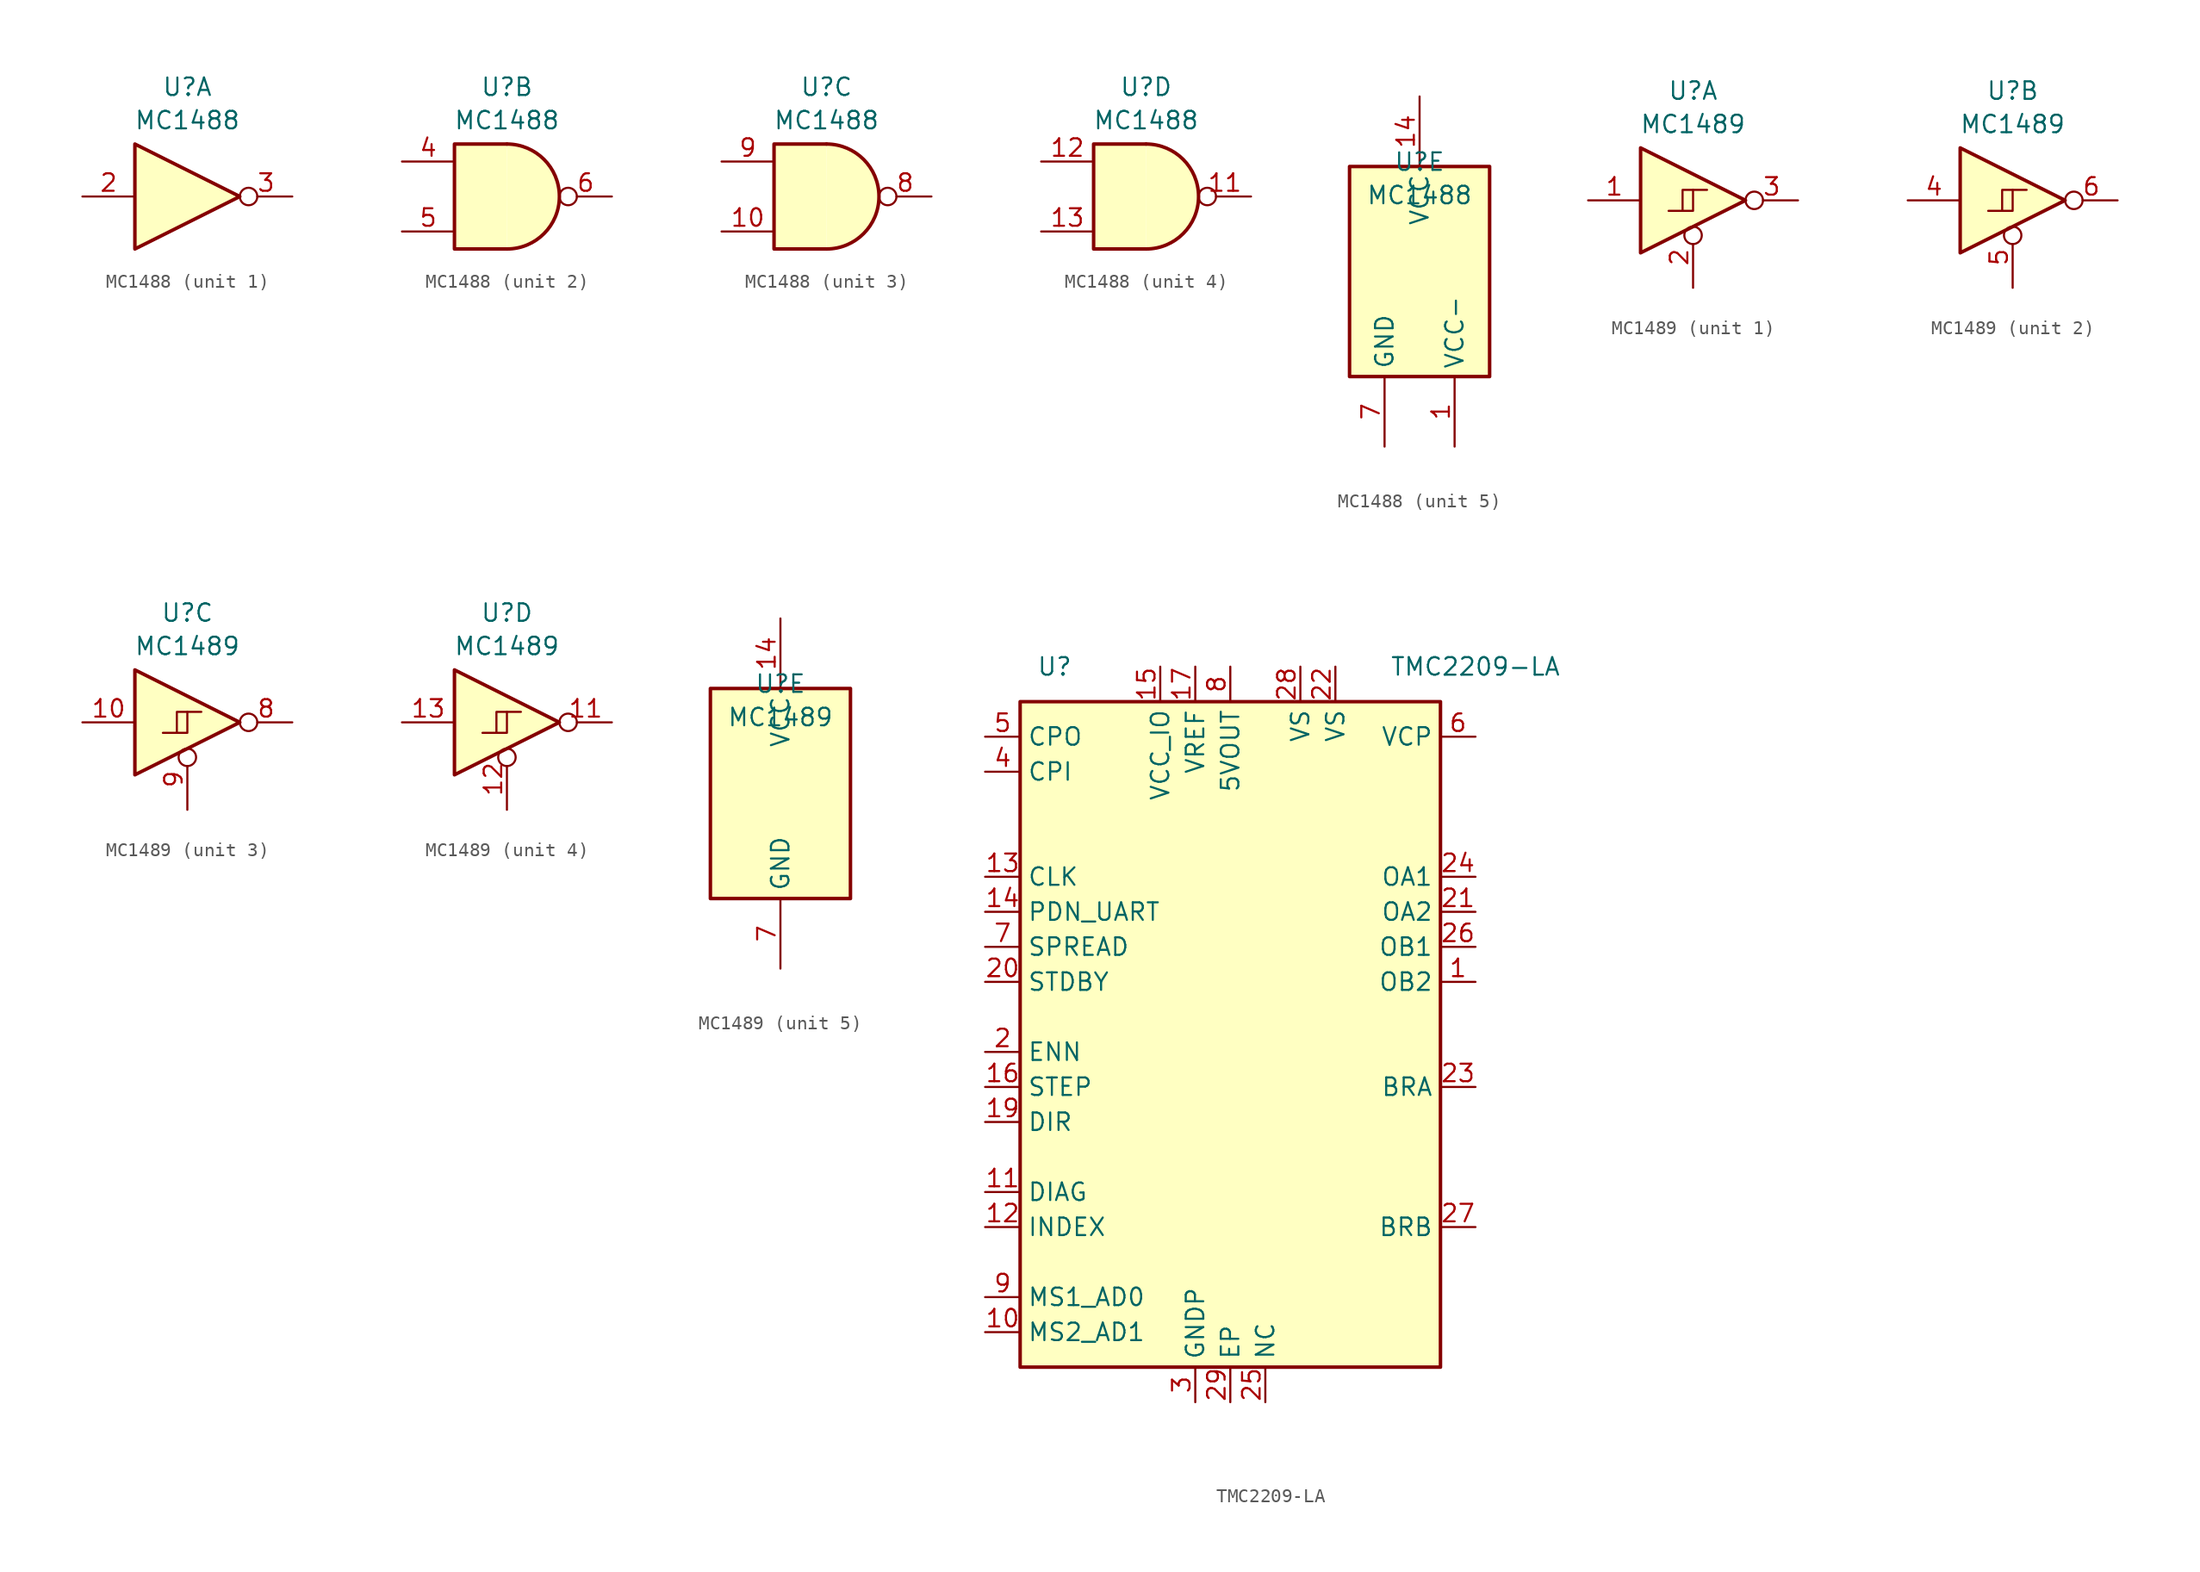
<source format=kicad_sym>
(kicad_symbol_lib
  (version 20231120)
  (generator "kicad_symbol_editor")
  (generator_version "8.0")
  (symbol "MC1488"
    (property "Reference" "U"
      (at 0 7.954 0)
      (effects (font (size 1.27 1.27))))
    (property "Value" "MC1488"
      (at 0 5.53 0)
      (effects (font (size 1.27 1.27))))
    (property "ki_locked" ""
      (at 0 0 0)
      (effects (font (size 1.27 1.27))))
    (symbol "MC1488_1_0"
      (polyline (pts (xy -3.81 3.81) (xy -3.81 -3.81) (xy 3.81 0) (xy -3.81 3.81)) (stroke (width 0.254) (type default)) (fill (type background)))
      (pin input line (at -7.62 0 0) (length 3.81) (name "~" (effects (font (size 1.27 1.27)))) (number "2" (effects (font (size 1.27 1.27)))))
      (pin output inverted (at 7.62 0 180) (length 3.81) (name "~" (effects (font (size 1.27 1.27)))) (number "3" (effects (font (size 1.27 1.27))))))
    (symbol "MC1488_2_1"
      (arc (start 0 -3.81) (mid 3.7934 0) (end 0 3.81) (stroke (width 0.254) (type default)) (fill (type background)))
      (polyline (pts (xy 0 3.81) (xy -3.81 3.81) (xy -3.81 -3.81) (xy 0 -3.81)) (stroke (width 0.254) (type default)) (fill (type background)))
      (pin input line (at -7.62 2.54 0) (length 3.81) (name "~" (effects (font (size 1.27 1.27)))) (number "4" (effects (font (size 1.27 1.27)))))
      (pin input line (at -7.62 -2.54 0) (length 3.81) (name "~" (effects (font (size 1.27 1.27)))) (number "5" (effects (font (size 1.27 1.27)))))
      (pin output inverted (at 7.62 0 180) (length 3.81) (name "~" (effects (font (size 1.27 1.27)))) (number "6" (effects (font (size 1.27 1.27))))))
    (symbol "MC1488_3_1"
      (arc (start 0 -3.81) (mid 3.7934 0) (end 0 3.81) (stroke (width 0.254) (type default)) (fill (type background)))
      (polyline (pts (xy 0 3.81) (xy -3.81 3.81) (xy -3.81 -3.81) (xy 0 -3.81)) (stroke (width 0.254) (type default)) (fill (type background)))
      (pin input line (at -7.62 -2.54 0) (length 3.81) (name "~" (effects (font (size 1.27 1.27)))) (number "10" (effects (font (size 1.27 1.27)))))
      (pin output inverted (at 7.62 0 180) (length 3.81) (name "~" (effects (font (size 1.27 1.27)))) (number "8" (effects (font (size 1.27 1.27)))))
      (pin input line (at -7.62 2.54 0) (length 3.81) (name "~" (effects (font (size 1.27 1.27)))) (number "9" (effects (font (size 1.27 1.27))))))
    (symbol "MC1488_4_1"
      (arc (start 0 -3.81) (mid 3.7934 0) (end 0 3.81) (stroke (width 0.254) (type default)) (fill (type background)))
      (polyline (pts (xy 0 3.81) (xy -3.81 3.81) (xy -3.81 -3.81) (xy 0 -3.81)) (stroke (width 0.254) (type default)) (fill (type background)))
      (pin output inverted (at 7.62 0 180) (length 3.81) (name "~" (effects (font (size 1.27 1.27)))) (number "11" (effects (font (size 1.27 1.27)))))
      (pin input line (at -7.62 2.54 0) (length 3.81) (name "~" (effects (font (size 1.27 1.27)))) (number "12" (effects (font (size 1.27 1.27)))))
      (pin input line (at -7.62 -2.54 0) (length 3.81) (name "~" (effects (font (size 1.27 1.27)))) (number "13" (effects (font (size 1.27 1.27))))))
    (symbol "MC1488_5_0"
      (pin power_in line (at 2.54 -12.7 90) (length 5.08) (name "VCC-" (effects (font (size 1.27 1.27)))) (number "1" (effects (font (size 1.27 1.27)))))
      (pin power_in line (at 0 12.7 270) (length 5.08) (name "VCC" (effects (font (size 1.27 1.27)))) (number "14" (effects (font (size 1.27 1.27)))))
      (pin power_in line (at -2.54 -12.7 90) (length 5.08) (name "GND" (effects (font (size 1.27 1.27)))) (number "7" (effects (font (size 1.27 1.27))))))
    (symbol "MC1488_5_1"
      (rectangle (start -5.08 7.62) (end 5.08 -7.62) (stroke (width 0.254) (type default)) (fill (type background)))))
  (symbol "MC1489"
    (property "Reference" "U"
      (at 0 7.954 0)
      (effects (font (size 1.27 1.27))))
    (property "Value" "MC1489"
      (at 0 5.53 0)
      (effects (font (size 1.27 1.27))))
    (property "ki_locked" ""
      (at 0 0 0)
      (effects (font (size 1.27 1.27))))
    (symbol "MC1489_1_0"
      (polyline (pts (xy -3.81 3.81) (xy -3.81 -3.81) (xy 3.81 0) (xy -3.81 3.81)) (stroke (width 0.254) (type default)) (fill (type background)))
      (pin input line (at -7.62 0 0) (length 3.81) (name "~" (effects (font (size 1.27 1.27)))) (number "1" (effects (font (size 1.27 1.27)))))
      (pin input inverted (at 0 -6.35 90) (length 4.445) (name "~" (effects (font (size 1.27 1.27)))) (number "2" (effects (font (size 1.27 1.27)))))
      (pin output inverted (at 7.62 0 180) (length 3.81) (name "~" (effects (font (size 1.27 1.27)))) (number "3" (effects (font (size 1.27 1.27))))))
    (symbol "MC1489_1_1"
      (polyline (pts (xy -0.762 -0.762) (xy -0.762 0.762) (xy 1.016 0.762)) (stroke (width 0) (type default)) (fill (type none)))
      (polyline (pts (xy 0 0.762) (xy 0 -0.762) (xy -1.778 -0.762)) (stroke (width 0) (type default)) (fill (type none))))
    (symbol "MC1489_2_0"
      (polyline (pts (xy -3.81 3.81) (xy -3.81 -3.81) (xy 3.81 0) (xy -3.81 3.81)) (stroke (width 0.254) (type default)) (fill (type background)))
      (pin input line (at -7.62 0 0) (length 3.81) (name "~" (effects (font (size 1.27 1.27)))) (number "4" (effects (font (size 1.27 1.27)))))
      (pin input inverted (at 0 -6.35 90) (length 4.445) (name "~" (effects (font (size 1.27 1.27)))) (number "5" (effects (font (size 1.27 1.27)))))
      (pin output inverted (at 7.62 0 180) (length 3.81) (name "~" (effects (font (size 1.27 1.27)))) (number "6" (effects (font (size 1.27 1.27))))))
    (symbol "MC1489_2_1"
      (polyline (pts (xy -0.762 -0.762) (xy -0.762 0.762) (xy 1.016 0.762)) (stroke (width 0) (type default)) (fill (type none)))
      (polyline (pts (xy 0 0.762) (xy 0 -0.762) (xy -1.778 -0.762)) (stroke (width 0) (type default)) (fill (type none))))
    (symbol "MC1489_3_0"
      (polyline (pts (xy -3.81 3.81) (xy -3.81 -3.81) (xy 3.81 0) (xy -3.81 3.81)) (stroke (width 0.254) (type default)) (fill (type background)))
      (pin input line (at -7.62 0 0) (length 3.81) (name "~" (effects (font (size 1.27 1.27)))) (number "10" (effects (font (size 1.27 1.27)))))
      (pin output inverted (at 7.62 0 180) (length 3.81) (name "~" (effects (font (size 1.27 1.27)))) (number "8" (effects (font (size 1.27 1.27)))))
      (pin input inverted (at 0 -6.35 90) (length 4.445) (name "~" (effects (font (size 1.27 1.27)))) (number "9" (effects (font (size 1.27 1.27))))))
    (symbol "MC1489_3_1"
      (polyline (pts (xy -0.762 -0.762) (xy -0.762 0.762) (xy 1.016 0.762)) (stroke (width 0) (type default)) (fill (type none)))
      (polyline (pts (xy 0 0.762) (xy 0 -0.762) (xy -1.778 -0.762)) (stroke (width 0) (type default)) (fill (type none))))
    (symbol "MC1489_4_0"
      (polyline (pts (xy -3.81 3.81) (xy -3.81 -3.81) (xy 3.81 0) (xy -3.81 3.81)) (stroke (width 0.254) (type default)) (fill (type background)))
      (pin output inverted (at 7.62 0 180) (length 3.81) (name "~" (effects (font (size 1.27 1.27)))) (number "11" (effects (font (size 1.27 1.27)))))
      (pin input inverted (at 0 -6.35 90) (length 4.445) (name "~" (effects (font (size 1.27 1.27)))) (number "12" (effects (font (size 1.27 1.27)))))
      (pin input line (at -7.62 0 0) (length 3.81) (name "~" (effects (font (size 1.27 1.27)))) (number "13" (effects (font (size 1.27 1.27))))))
    (symbol "MC1489_4_1"
      (polyline (pts (xy -0.762 -0.762) (xy -0.762 0.762) (xy 1.016 0.762)) (stroke (width 0) (type default)) (fill (type none)))
      (polyline (pts (xy 0 0.762) (xy 0 -0.762) (xy -1.778 -0.762)) (stroke (width 0) (type default)) (fill (type none))))
    (symbol "MC1489_5_0"
      (pin power_in line (at 0 12.7 270) (length 5.08) (name "VCC" (effects (font (size 1.27 1.27)))) (number "14" (effects (font (size 1.27 1.27)))))
      (pin power_in line (at 0 -12.7 90) (length 5.08) (name "GND" (effects (font (size 1.27 1.27)))) (number "7" (effects (font (size 1.27 1.27))))))
    (symbol "MC1489_5_1"
      (rectangle (start -5.08 7.62) (end 5.08 -7.62) (stroke (width 0.254) (type default)) (fill (type background)))))
  (symbol "TMC2209-LA"
    (property "Reference" "U"
      (at -11.43 26.67 0)
      (effects (font (size 1.27 1.27)) (justify right)))
    (property "Value" "TMC2209-LA"
      (at 17.78 26.67 0)
      (effects (font (size 1.27 1.27))))
    (symbol "TMC2209-LA_0_1"
      (rectangle (start -15.24 24.13) (end 15.24 -24.13) (stroke (width 0.254) (type default)) (fill (type background))))
    (symbol "TMC2209-LA_1_1"
      (pin output line (at 17.78 3.81 180) (length 2.54) (name "OB2" (effects (font (size 1.27 1.27)))) (number "1" (effects (font (size 1.27 1.27)))))
      (pin input line (at -17.78 -21.59 0) (length 2.54) (name "MS2_AD1" (effects (font (size 1.27 1.27)))) (number "10" (effects (font (size 1.27 1.27)))))
      (pin output line (at -17.78 -11.43 0) (length 2.54) (name "DIAG" (effects (font (size 1.27 1.27)))) (number "11" (effects (font (size 1.27 1.27)))))
      (pin output line (at -17.78 -13.97 0) (length 2.54) (name "INDEX" (effects (font (size 1.27 1.27)))) (number "12" (effects (font (size 1.27 1.27)))))
      (pin input line (at -17.78 11.43 0) (length 2.54) (name "CLK" (effects (font (size 1.27 1.27)))) (number "13" (effects (font (size 1.27 1.27)))))
      (pin bidirectional line (at -17.78 8.89 0) (length 2.54) (name "PDN_UART" (effects (font (size 1.27 1.27)))) (number "14" (effects (font (size 1.27 1.27)))))
      (pin power_in line (at -5.08 26.67 270) (length 2.54) (name "VCC_IO" (effects (font (size 1.27 1.27)))) (number "15" (effects (font (size 1.27 1.27)))))
      (pin input line (at -17.78 -3.81 0) (length 2.54) (name "STEP" (effects (font (size 1.27 1.27)))) (number "16" (effects (font (size 1.27 1.27)))))
      (pin power_in line (at -2.54 26.67 270) (length 2.54) (name "VREF" (effects (font (size 1.27 1.27)))) (number "17" (effects (font (size 1.27 1.27)))))
      (pin passive line (at -2.54 -26.67 90) (length 2.54) hide (name "GNDP" (effects (font (size 1.27 1.27)))) (number "18" (effects (font (size 1.27 1.27)))))
      (pin input line (at -17.78 -6.35 0) (length 2.54) (name "DIR" (effects (font (size 1.27 1.27)))) (number "19" (effects (font (size 1.27 1.27)))))
      (pin input line (at -17.78 -1.27 0) (length 2.54) (name "ENN" (effects (font (size 1.27 1.27)))) (number "2" (effects (font (size 1.27 1.27)))))
      (pin input line (at -17.78 3.81 0) (length 2.54) (name "STDBY" (effects (font (size 1.27 1.27)))) (number "20" (effects (font (size 1.27 1.27)))))
      (pin output line (at 17.78 8.89 180) (length 2.54) (name "OA2" (effects (font (size 1.27 1.27)))) (number "21" (effects (font (size 1.27 1.27)))))
      (pin power_in line (at 7.62 26.67 270) (length 2.54) (name "VS" (effects (font (size 1.27 1.27)))) (number "22" (effects (font (size 1.27 1.27)))))
      (pin passive line (at 17.78 -3.81 180) (length 2.54) (name "BRA" (effects (font (size 1.27 1.27)))) (number "23" (effects (font (size 1.27 1.27)))))
      (pin output line (at 17.78 11.43 180) (length 2.54) (name "OA1" (effects (font (size 1.27 1.27)))) (number "24" (effects (font (size 1.27 1.27)))))
      (pin passive line (at 2.54 -26.67 90) (length 2.54) (name "NC" (effects (font (size 1.27 1.27)))) (number "25" (effects (font (size 1.27 1.27)))))
      (pin output line (at 17.78 6.35 180) (length 2.54) (name "OB1" (effects (font (size 1.27 1.27)))) (number "26" (effects (font (size 1.27 1.27)))))
      (pin passive line (at 17.78 -13.97 180) (length 2.54) (name "BRB" (effects (font (size 1.27 1.27)))) (number "27" (effects (font (size 1.27 1.27)))))
      (pin power_in line (at 5.08 26.67 270) (length 2.54) (name "VS" (effects (font (size 1.27 1.27)))) (number "28" (effects (font (size 1.27 1.27)))))
      (pin power_in line (at 0 -26.67 90) (length 2.54) (name "EP" (effects (font (size 1.27 1.27)))) (number "29" (effects (font (size 1.27 1.27)))))
      (pin power_in line (at -2.54 -26.67 90) (length 2.54) (name "GNDP" (effects (font (size 1.27 1.27)))) (number "3" (effects (font (size 1.27 1.27)))))
      (pin passive line (at -17.78 19.05 0) (length 2.54) (name "CPI" (effects (font (size 1.27 1.27)))) (number "4" (effects (font (size 1.27 1.27)))))
      (pin passive line (at -17.78 21.59 0) (length 2.54) (name "CPO" (effects (font (size 1.27 1.27)))) (number "5" (effects (font (size 1.27 1.27)))))
      (pin passive line (at 17.78 21.59 180) (length 2.54) (name "VCP" (effects (font (size 1.27 1.27)))) (number "6" (effects (font (size 1.27 1.27)))))
      (pin input line (at -17.78 6.35 0) (length 2.54) (name "SPREAD" (effects (font (size 1.27 1.27)))) (number "7" (effects (font (size 1.27 1.27)))))
      (pin power_out line (at 0 26.67 270) (length 2.54) (name "5VOUT" (effects (font (size 1.27 1.27)))) (number "8" (effects (font (size 1.27 1.27)))))
      (pin input line (at -17.78 -19.05 0) (length 2.54) (name "MS1_AD0" (effects (font (size 1.27 1.27)))) (number "9" (effects (font (size 1.27 1.27))))))))
</source>
